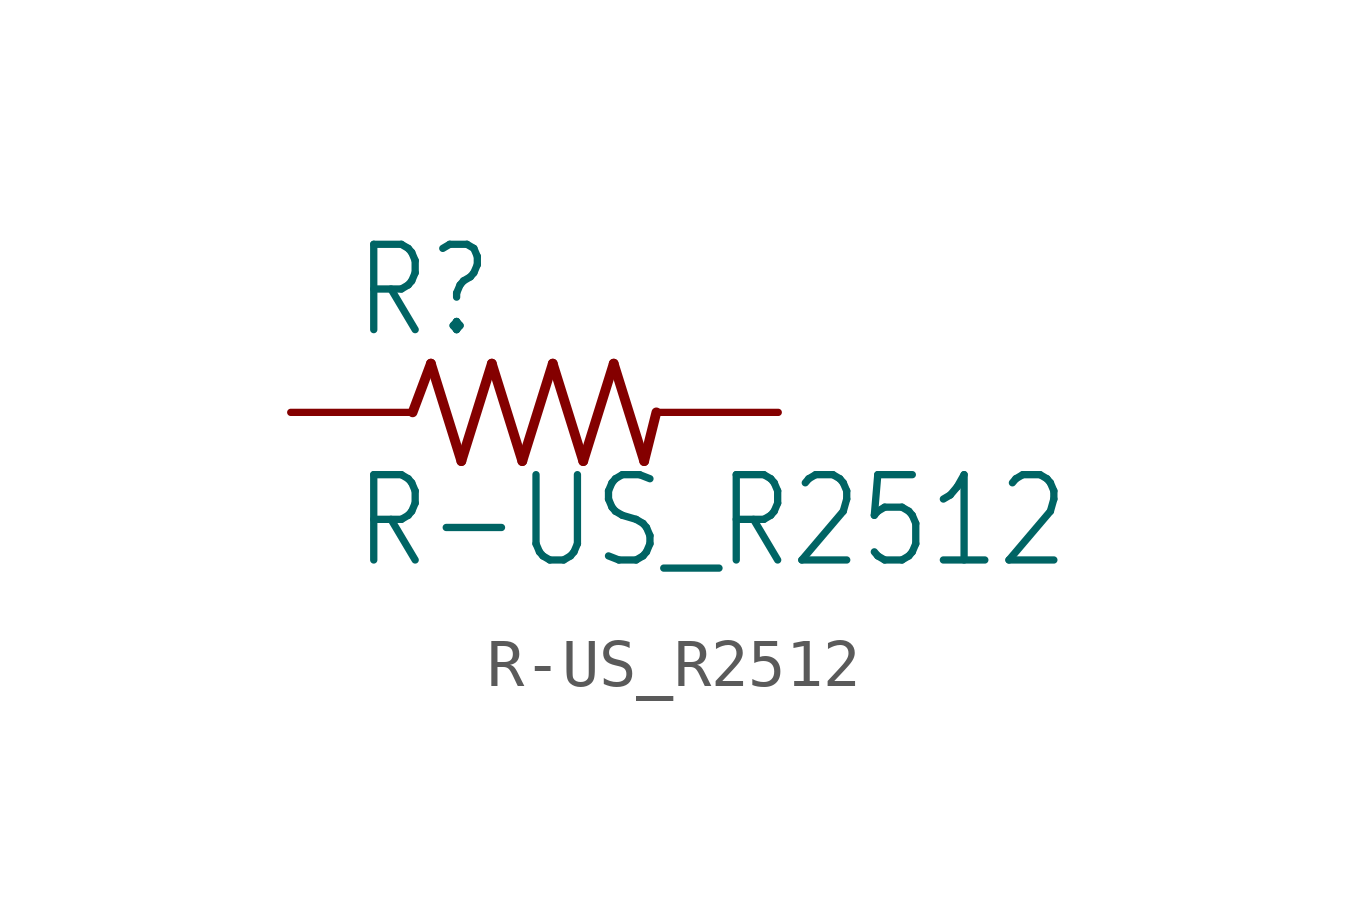
<source format=kicad_sym>
(kicad_symbol_lib
  (version 20201005)
  (generator kicad_symbol_editor)
  (symbol "R-US_R2512"
    (property "Reference" "R"
      (at -3.81 1.499 0)
      (effects (font (size 1.778 1.511)) (justify left bottom)))
    (property "Value" "R-US_R2512"
      (at -3.81 -3.302 0)
      (effects (font (size 1.778 1.511)) (justify left bottom)))
    (property "ki_locked" ""
      (at 0 0 0)
      (effects (font (size 1.27 1.27))))
    (symbol "R-US_R2512_1_0"
      (polyline (pts (xy -2.54 0) (xy -2.159 1.016)) (stroke (width 0.203)) (fill (type none)))
      (polyline (pts (xy -2.159 1.016) (xy -1.524 -1.016)) (stroke (width 0.203)) (fill (type none)))
      (polyline (pts (xy -1.524 -1.016) (xy -0.889 1.016)) (stroke (width 0.203)) (fill (type none)))
      (polyline (pts (xy -0.889 1.016) (xy -0.254 -1.016)) (stroke (width 0.203)) (fill (type none)))
      (polyline (pts (xy -0.254 -1.016) (xy 0.381 1.016)) (stroke (width 0.203)) (fill (type none)))
      (polyline (pts (xy 0.381 1.016) (xy 1.016 -1.016)) (stroke (width 0.203)) (fill (type none)))
      (polyline (pts (xy 1.016 -1.016) (xy 1.651 1.016)) (stroke (width 0.203)) (fill (type none)))
      (polyline (pts (xy 1.651 1.016) (xy 2.286 -1.016)) (stroke (width 0.203)) (fill (type none)))
      (polyline (pts (xy 2.286 -1.016) (xy 2.54 0)) (stroke (width 0.203)) (fill (type none)))
      (pin passive line (at 5.08 0 180) (length 2.54) (name "2" (effects (font (size 0 0)))) (number "2" (effects (font (size 0 0)))))
      (pin passive line (at -5.08 0 0) (length 2.54) (name "1" (effects (font (size 0 0)))) (number "1" (effects (font (size 0 0))))))))
</source>
